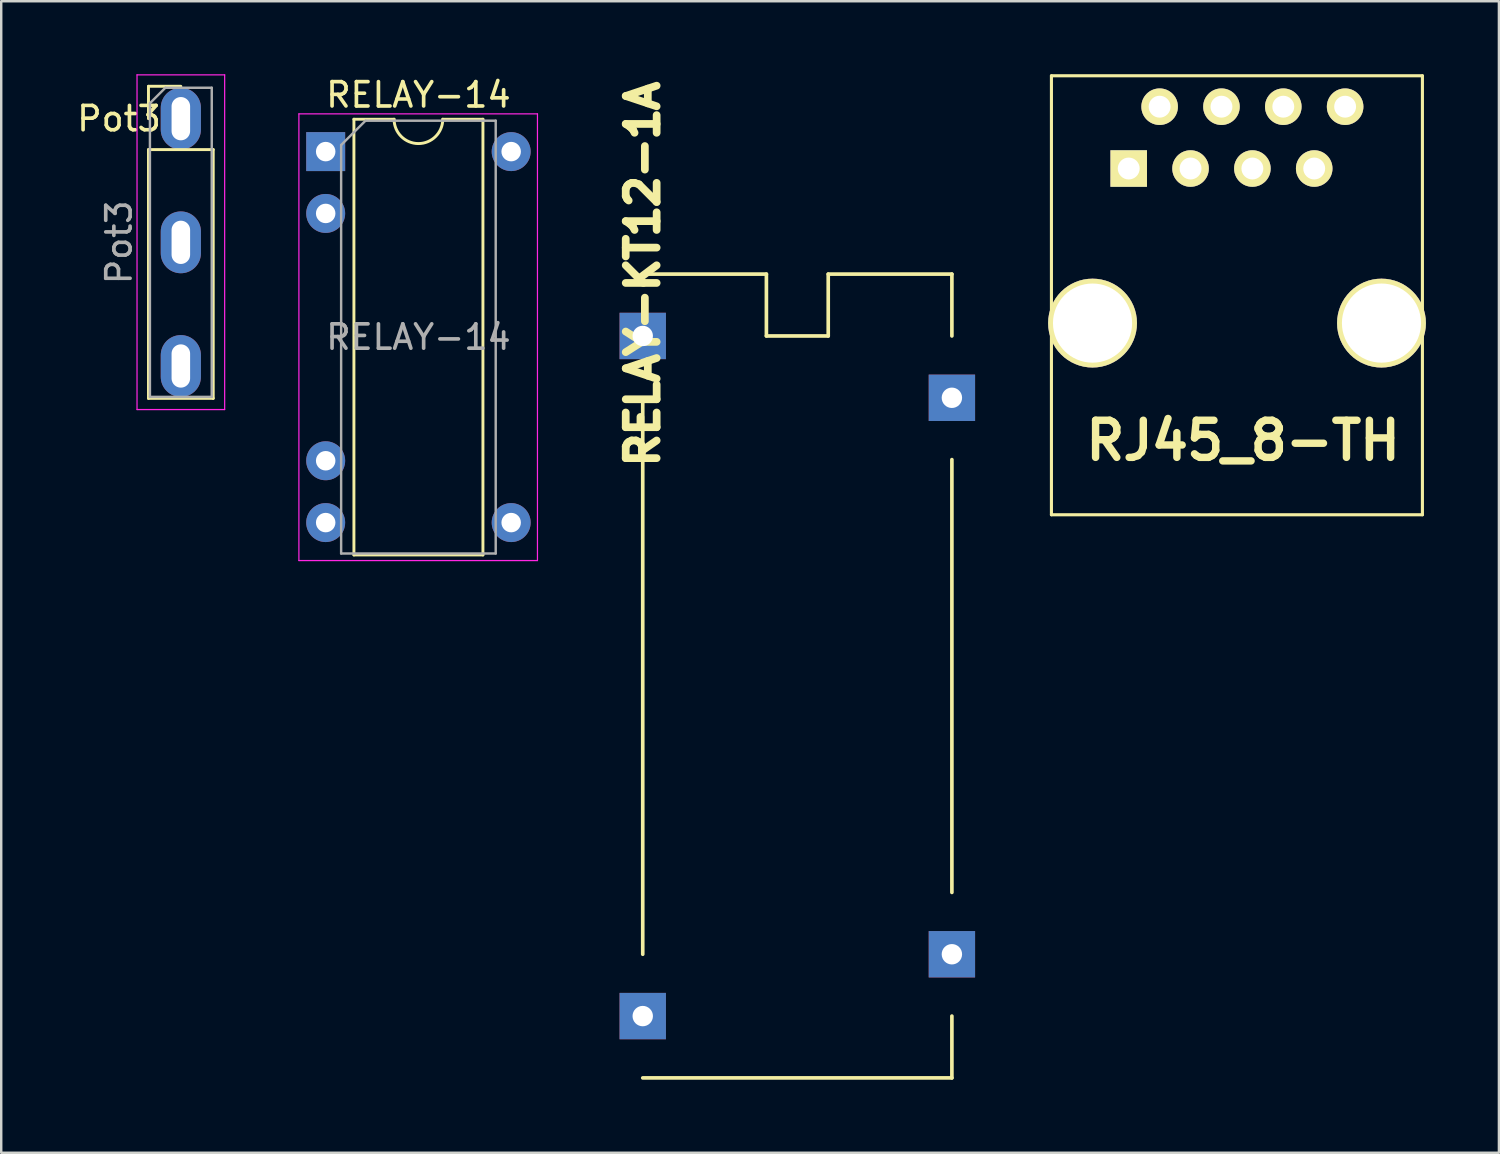
<source format=kicad_pcb>
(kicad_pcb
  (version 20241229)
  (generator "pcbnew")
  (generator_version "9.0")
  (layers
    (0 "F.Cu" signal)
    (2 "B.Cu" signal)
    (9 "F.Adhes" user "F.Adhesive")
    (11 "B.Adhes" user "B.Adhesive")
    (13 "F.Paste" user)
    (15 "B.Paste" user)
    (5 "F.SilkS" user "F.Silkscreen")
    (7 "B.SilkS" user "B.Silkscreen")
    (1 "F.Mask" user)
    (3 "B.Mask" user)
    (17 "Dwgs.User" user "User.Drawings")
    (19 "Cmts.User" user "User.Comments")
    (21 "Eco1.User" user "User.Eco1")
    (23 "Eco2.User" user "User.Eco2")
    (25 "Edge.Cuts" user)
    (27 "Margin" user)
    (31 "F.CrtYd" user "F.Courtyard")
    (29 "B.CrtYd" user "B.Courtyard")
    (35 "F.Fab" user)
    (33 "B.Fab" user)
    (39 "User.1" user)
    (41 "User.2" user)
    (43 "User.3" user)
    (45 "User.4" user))
  (footprint "RELAY-14"
    (layer "F.Cu")
    (at 10.329 3.178)
    (property "Reference" "RELAY-14" (at 3.81 -2.33 0) (layer "F.SilkS") (effects (font (size 1 1) (thickness 0.15))))
    (attr through_hole)
    (fp_line (start 1.16 -1.33) (end 1.16 16.57) (stroke (width 0.12) (type solid)) (layer "F.SilkS"))
    (fp_line (start 1.16 16.57) (end 6.46 16.57) (stroke (width 0.12) (type solid)) (layer "F.SilkS"))
    (fp_line (start 2.81 -1.33) (end 1.16 -1.33) (stroke (width 0.12) (type solid)) (layer "F.SilkS"))
    (fp_line (start 6.46 -1.33) (end 4.81 -1.33) (stroke (width 0.12) (type solid)) (layer "F.SilkS"))
    (fp_line (start 6.46 16.57) (end 6.46 -1.33) (stroke (width 0.12) (type solid)) (layer "F.SilkS"))
    (fp_arc (start 4.81 -1.33) (mid 3.81 -0.33) (end 2.81 -1.33) (stroke (width 0.12) (type solid)) (layer "F.SilkS"))
    (fp_line (start -1.1 -1.55) (end -1.1 16.8) (stroke (width 0.05) (type solid)) (layer "F.CrtYd"))
    (fp_line (start -1.1 16.8) (end 8.7 16.8) (stroke (width 0.05) (type solid)) (layer "F.CrtYd"))
    (fp_line (start 8.7 -1.55) (end -1.1 -1.55) (stroke (width 0.05) (type solid)) (layer "F.CrtYd"))
    (fp_line (start 8.7 16.8) (end 8.7 -1.55) (stroke (width 0.05) (type solid)) (layer "F.CrtYd"))
    (fp_line (start 0.635 -0.27) (end 1.635 -1.27) (stroke (width 0.1) (type solid)) (layer "F.Fab"))
    (fp_line (start 0.635 16.51) (end 0.635 -0.27) (stroke (width 0.1) (type solid)) (layer "F.Fab"))
    (fp_line (start 1.635 -1.27) (end 6.985 -1.27) (stroke (width 0.1) (type solid)) (layer "F.Fab"))
    (fp_line (start 6.985 -1.27) (end 6.985 16.51) (stroke (width 0.1) (type solid)) (layer "F.Fab"))
    (fp_line (start 6.985 16.51) (end 0.635 16.51) (stroke (width 0.1) (type solid)) (layer "F.Fab"))
    (fp_text user "${REFERENCE}" (at 3.81 7.62 0) (layer "F.Fab") (effects (font (size 1 1) (thickness 0.15))))
    (pad "1" thru_hole rect (at 0 0) (size 1.6 1.6) (drill 0.8) (layers "*.Cu" "*.Mask"))
    (pad "2" thru_hole oval (at 0 2.54) (size 1.6 1.6) (drill 0.8) (layers "*.Cu" "*.Mask"))
    (pad "6" thru_hole oval (at 0 12.7) (size 1.6 1.6) (drill 0.8) (layers "*.Cu" "*.Mask"))
    (pad "7" thru_hole oval (at 0 15.24) (size 1.6 1.6) (drill 0.8) (layers "*.Cu" "*.Mask"))
    (pad "8" thru_hole oval (at 7.62 15.24) (size 1.6 1.6) (drill 0.8) (layers "*.Cu" "*.Mask"))
    (pad "14" thru_hole oval (at 7.62 0) (size 1.6 1.6) (drill 0.8) (layers "*.Cu" "*.Mask")))
  (footprint "RELAY-KT12-1A"
    (layer "F.Cu")
    (at 23.354 10.751)
    (property "Reference" "RELAY-KT12-1A" (at 0 -2.54 90) (layer "F.SilkS") (effects (font (size 1.27 1.27) (thickness 0.318))))
    (attr through_hole)
    (fp_line (start 0 -2.54) (end 5.08 -2.54) (stroke (width 0.15) (type solid)) (layer "F.SilkS"))
    (fp_line (start 0 25.4) (end 0 2.54) (stroke (width 0.15) (type solid)) (layer "F.SilkS"))
    (fp_line (start 0 30.48) (end 12.7 30.48) (stroke (width 0.15) (type solid)) (layer "F.SilkS"))
    (fp_line (start 5.08 -2.54) (end 5.08 0) (stroke (width 0.15) (type solid)) (layer "F.SilkS"))
    (fp_line (start 5.08 0) (end 7.62 0) (stroke (width 0.15) (type solid)) (layer "F.SilkS"))
    (fp_line (start 7.62 -2.54) (end 12.7 -2.54) (stroke (width 0.15) (type solid)) (layer "F.SilkS"))
    (fp_line (start 7.62 0) (end 7.62 -2.54) (stroke (width 0.15) (type solid)) (layer "F.SilkS"))
    (fp_line (start 12.7 -2.54) (end 12.7 0) (stroke (width 0.15) (type solid)) (layer "F.SilkS"))
    (fp_line (start 12.7 5.08) (end 12.7 22.86) (stroke (width 0.15) (type solid)) (layer "F.SilkS"))
    (fp_line (start 12.7 30.48) (end 12.7 27.94) (stroke (width 0.15) (type solid)) (layer "F.SilkS"))
    (pad "1" thru_hole rect (at 0 0) (size 1.905 1.905) (drill 0.838) (layers "*.Cu" "*.Mask"))
    (pad "2" thru_hole rect (at 0 27.94) (size 1.905 1.905) (drill 0.838) (layers "*.Cu" "*.Mask"))
    (pad "3" thru_hole rect (at 12.7 25.4) (size 1.905 1.905) (drill 0.838) (layers "*.Cu" "*.Mask"))
    (pad "4" thru_hole rect (at 12.7 2.54) (size 1.905 1.905) (drill 0.838) (layers "*.Cu" "*.Mask")))
  (footprint "Pot3"
    (layer "F.Cu")
    (at 4.379 1.825)
    (property "Reference" "Pot3" (at -2.54 0 0) (layer "F.SilkS") (effects (font (size 1 1) (thickness 0.15))))
    (attr through_hole)
    (fp_line (start -1.33 -1.33) (end 0 -1.33) (stroke (width 0.12) (type solid)) (layer "F.SilkS"))
    (fp_line (start -1.33 0) (end -1.33 -1.33) (stroke (width 0.12) (type solid)) (layer "F.SilkS"))
    (fp_line (start -1.33 1.27) (end -1.33 11.49) (stroke (width 0.12) (type solid)) (layer "F.SilkS"))
    (fp_line (start -1.33 1.27) (end 1.33 1.27) (stroke (width 0.12) (type solid)) (layer "F.SilkS"))
    (fp_line (start -1.33 11.49) (end 1.33 11.49) (stroke (width 0.12) (type solid)) (layer "F.SilkS"))
    (fp_line (start 1.33 1.27) (end 1.33 11.49) (stroke (width 0.12) (type solid)) (layer "F.SilkS"))
    (fp_line (start -1.8 -1.8) (end -1.8 11.95) (stroke (width 0.05) (type solid)) (layer "F.CrtYd"))
    (fp_line (start -1.8 11.95) (end 1.8 11.95) (stroke (width 0.05) (type solid)) (layer "F.CrtYd"))
    (fp_line (start 1.8 -1.8) (end -1.8 -1.8) (stroke (width 0.05) (type solid)) (layer "F.CrtYd"))
    (fp_line (start 1.8 11.95) (end 1.8 -1.8) (stroke (width 0.05) (type solid)) (layer "F.CrtYd"))
    (fp_line (start -1.27 -0.635) (end -0.635 -1.27) (stroke (width 0.1) (type solid)) (layer "F.Fab"))
    (fp_line (start -1.27 11.43) (end -1.27 -0.635) (stroke (width 0.1) (type solid)) (layer "F.Fab"))
    (fp_line (start -0.635 -1.27) (end 1.27 -1.27) (stroke (width 0.1) (type solid)) (layer "F.Fab"))
    (fp_line (start 1.27 -1.27) (end 1.27 11.43) (stroke (width 0.1) (type solid)) (layer "F.Fab"))
    (fp_line (start 1.27 11.43) (end -1.27 11.43) (stroke (width 0.1) (type solid)) (layer "F.Fab"))
    (fp_text user "${REFERENCE}" (at -2.54 5.08 90) (layer "F.Fab") (effects (font (size 1 1) (thickness 0.15))))
    (pad "1" thru_hole oval (at 0 0) (size 1.651 2.54) (drill oval 0.762 1.778) (layers "*.Cu" "*.Mask"))
    (pad "2" thru_hole oval (at 0 5.08) (size 1.651 2.54) (drill oval 0.762 1.778) (layers "*.Cu" "*.Mask"))
    (pad "3" thru_hole oval (at 0 10.16) (size 1.651 2.54) (drill oval 0.762 1.778) (layers "*.Cu" "*.Mask")))
  (footprint "RJ45_8-TH"
    (layer "F.Cu")
    (at 47.763 10.223)
    (property "Reference" "RJ45_8-TH" (at 0.254 4.826 0) (layer "F.SilkS") (effects (font (size 1.524 1.524) (thickness 0.305))))
    (attr through_hole)
    (fp_line (start -7.62 -10.16) (end -7.62 7.874) (stroke (width 0.127) (type solid)) (layer "F.SilkS"))
    (fp_line (start -7.62 7.874) (end 7.62 7.874) (stroke (width 0.127) (type solid)) (layer "F.SilkS"))
    (fp_line (start 7.62 -10.16) (end -7.62 -10.16) (stroke (width 0.127) (type solid)) (layer "F.SilkS"))
    (fp_line (start 7.62 7.874) (end 7.62 -10.16) (stroke (width 0.127) (type solid)) (layer "F.SilkS"))
    (pad "1" thru_hole rect (at -4.445 -6.35) (size 1.501 1.501) (drill 0.899) (layers "*.Cu" "*.Mask" "F.SilkS"))
    (pad "2" thru_hole circle (at -3.175 -8.89) (size 1.501 1.501) (drill 0.899) (layers "*.Cu" "*.Mask" "F.SilkS"))
    (pad "3" thru_hole circle (at -1.905 -6.35) (size 1.501 1.501) (drill 0.899) (layers "*.Cu" "*.Mask" "F.SilkS"))
    (pad "4" thru_hole circle (at -0.635 -8.89) (size 1.501 1.501) (drill 0.899) (layers "*.Cu" "*.Mask" "F.SilkS"))
    (pad "5" thru_hole circle (at 0.635 -6.35) (size 1.501 1.501) (drill 0.899) (layers "*.Cu" "*.Mask" "F.SilkS"))
    (pad "6" thru_hole circle (at 1.905 -8.89) (size 1.501 1.501) (drill 0.899) (layers "*.Cu" "*.Mask" "F.SilkS"))
    (pad "7" thru_hole circle (at 3.175 -6.35) (size 1.501 1.501) (drill 0.899) (layers "*.Cu" "*.Mask" "F.SilkS"))
    (pad "8" thru_hole circle (at 4.445 -8.89) (size 1.501 1.501) (drill 0.899) (layers "*.Cu" "*.Mask" "F.SilkS"))
    (pad "Hole" thru_hole circle (at -5.931 0) (size 3.65 3.65) (drill 3.251) (layers "*.Cu" "*.Mask" "F.SilkS"))
    (pad "Hole" thru_hole circle (at 5.939 0) (size 3.65 3.65) (drill 3.251) (layers "*.Cu" "*.Mask" "F.SilkS")))
  (gr_rect
    (start -3 -3)
    (end 58.526 44.306)
    (stroke (width 0.1) (type default))
    (fill no)
    (layer "Edge.Cuts")))
</source>
